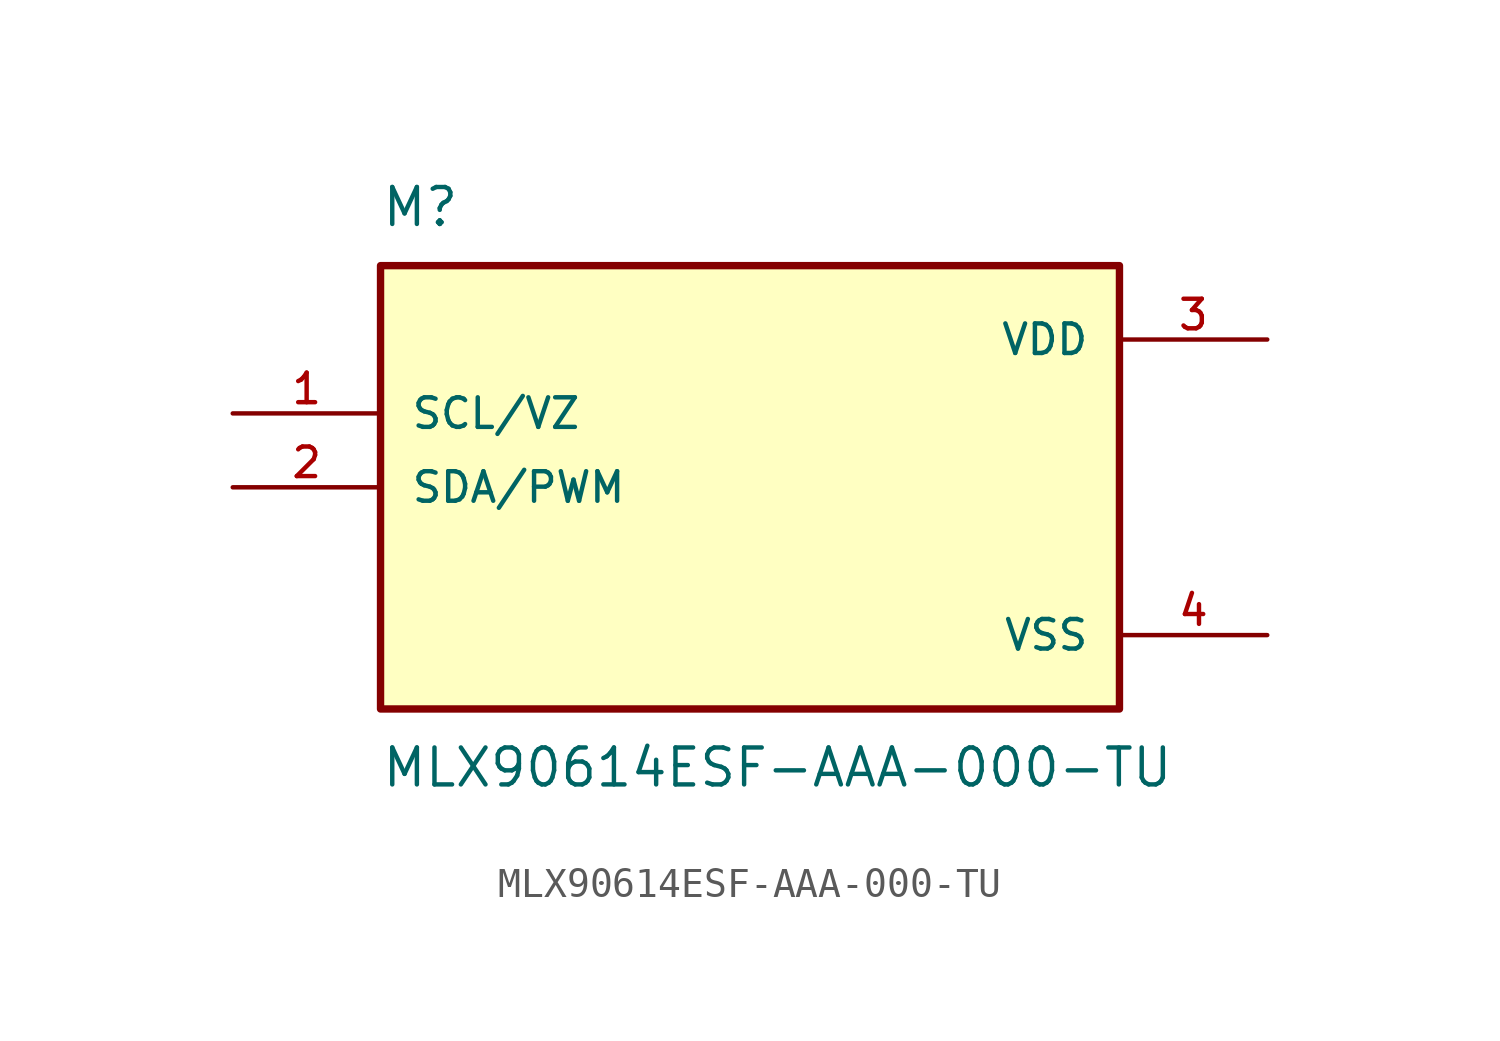
<source format=kicad_sym>
(kicad_symbol_lib
  (version 20211014)
  (generator kicad_symbol_editor)
  (symbol "MLX90614ESF-AAA-000-TU"
    (pin_names
      (offset 1.016))
    (property "Reference" "M"
      (at -12.7 8.89 0)
      (effects (font (size 1.27 1.27)) (justify bottom left)))
    (property "Value" "MLX90614ESF-AAA-000-TU"
      (at -12.7 -8.89 0)
      (effects (font (size 1.27 1.27)) (justify top left)))
    (symbol "MLX90614ESF-AAA-000-TU_0_0"
      (rectangle (start -12.7 -7.62) (end 12.7 7.62) (stroke (width 0.254)) (fill (type background)))
      (pin power_in line (at 17.78 5.08 180.0) (length 5.08) (name "VDD" (effects (font (size 1.016 1.016)))) (number "3" (effects (font (size 1.016 1.016)))))
      (pin power_in line (at 17.78 -5.08 180.0) (length 5.08) (name "VSS" (effects (font (size 1.016 1.016)))) (number "4" (effects (font (size 1.016 1.016)))))
      (pin input line (at -17.78 2.54 0) (length 5.08) (name "SCL/VZ" (effects (font (size 1.016 1.016)))) (number "1" (effects (font (size 1.016 1.016)))))
      (pin bidirectional line (at -17.78 0.0 0) (length 5.08) (name "SDA/PWM" (effects (font (size 1.016 1.016)))) (number "2" (effects (font (size 1.016 1.016))))))))
</source>
